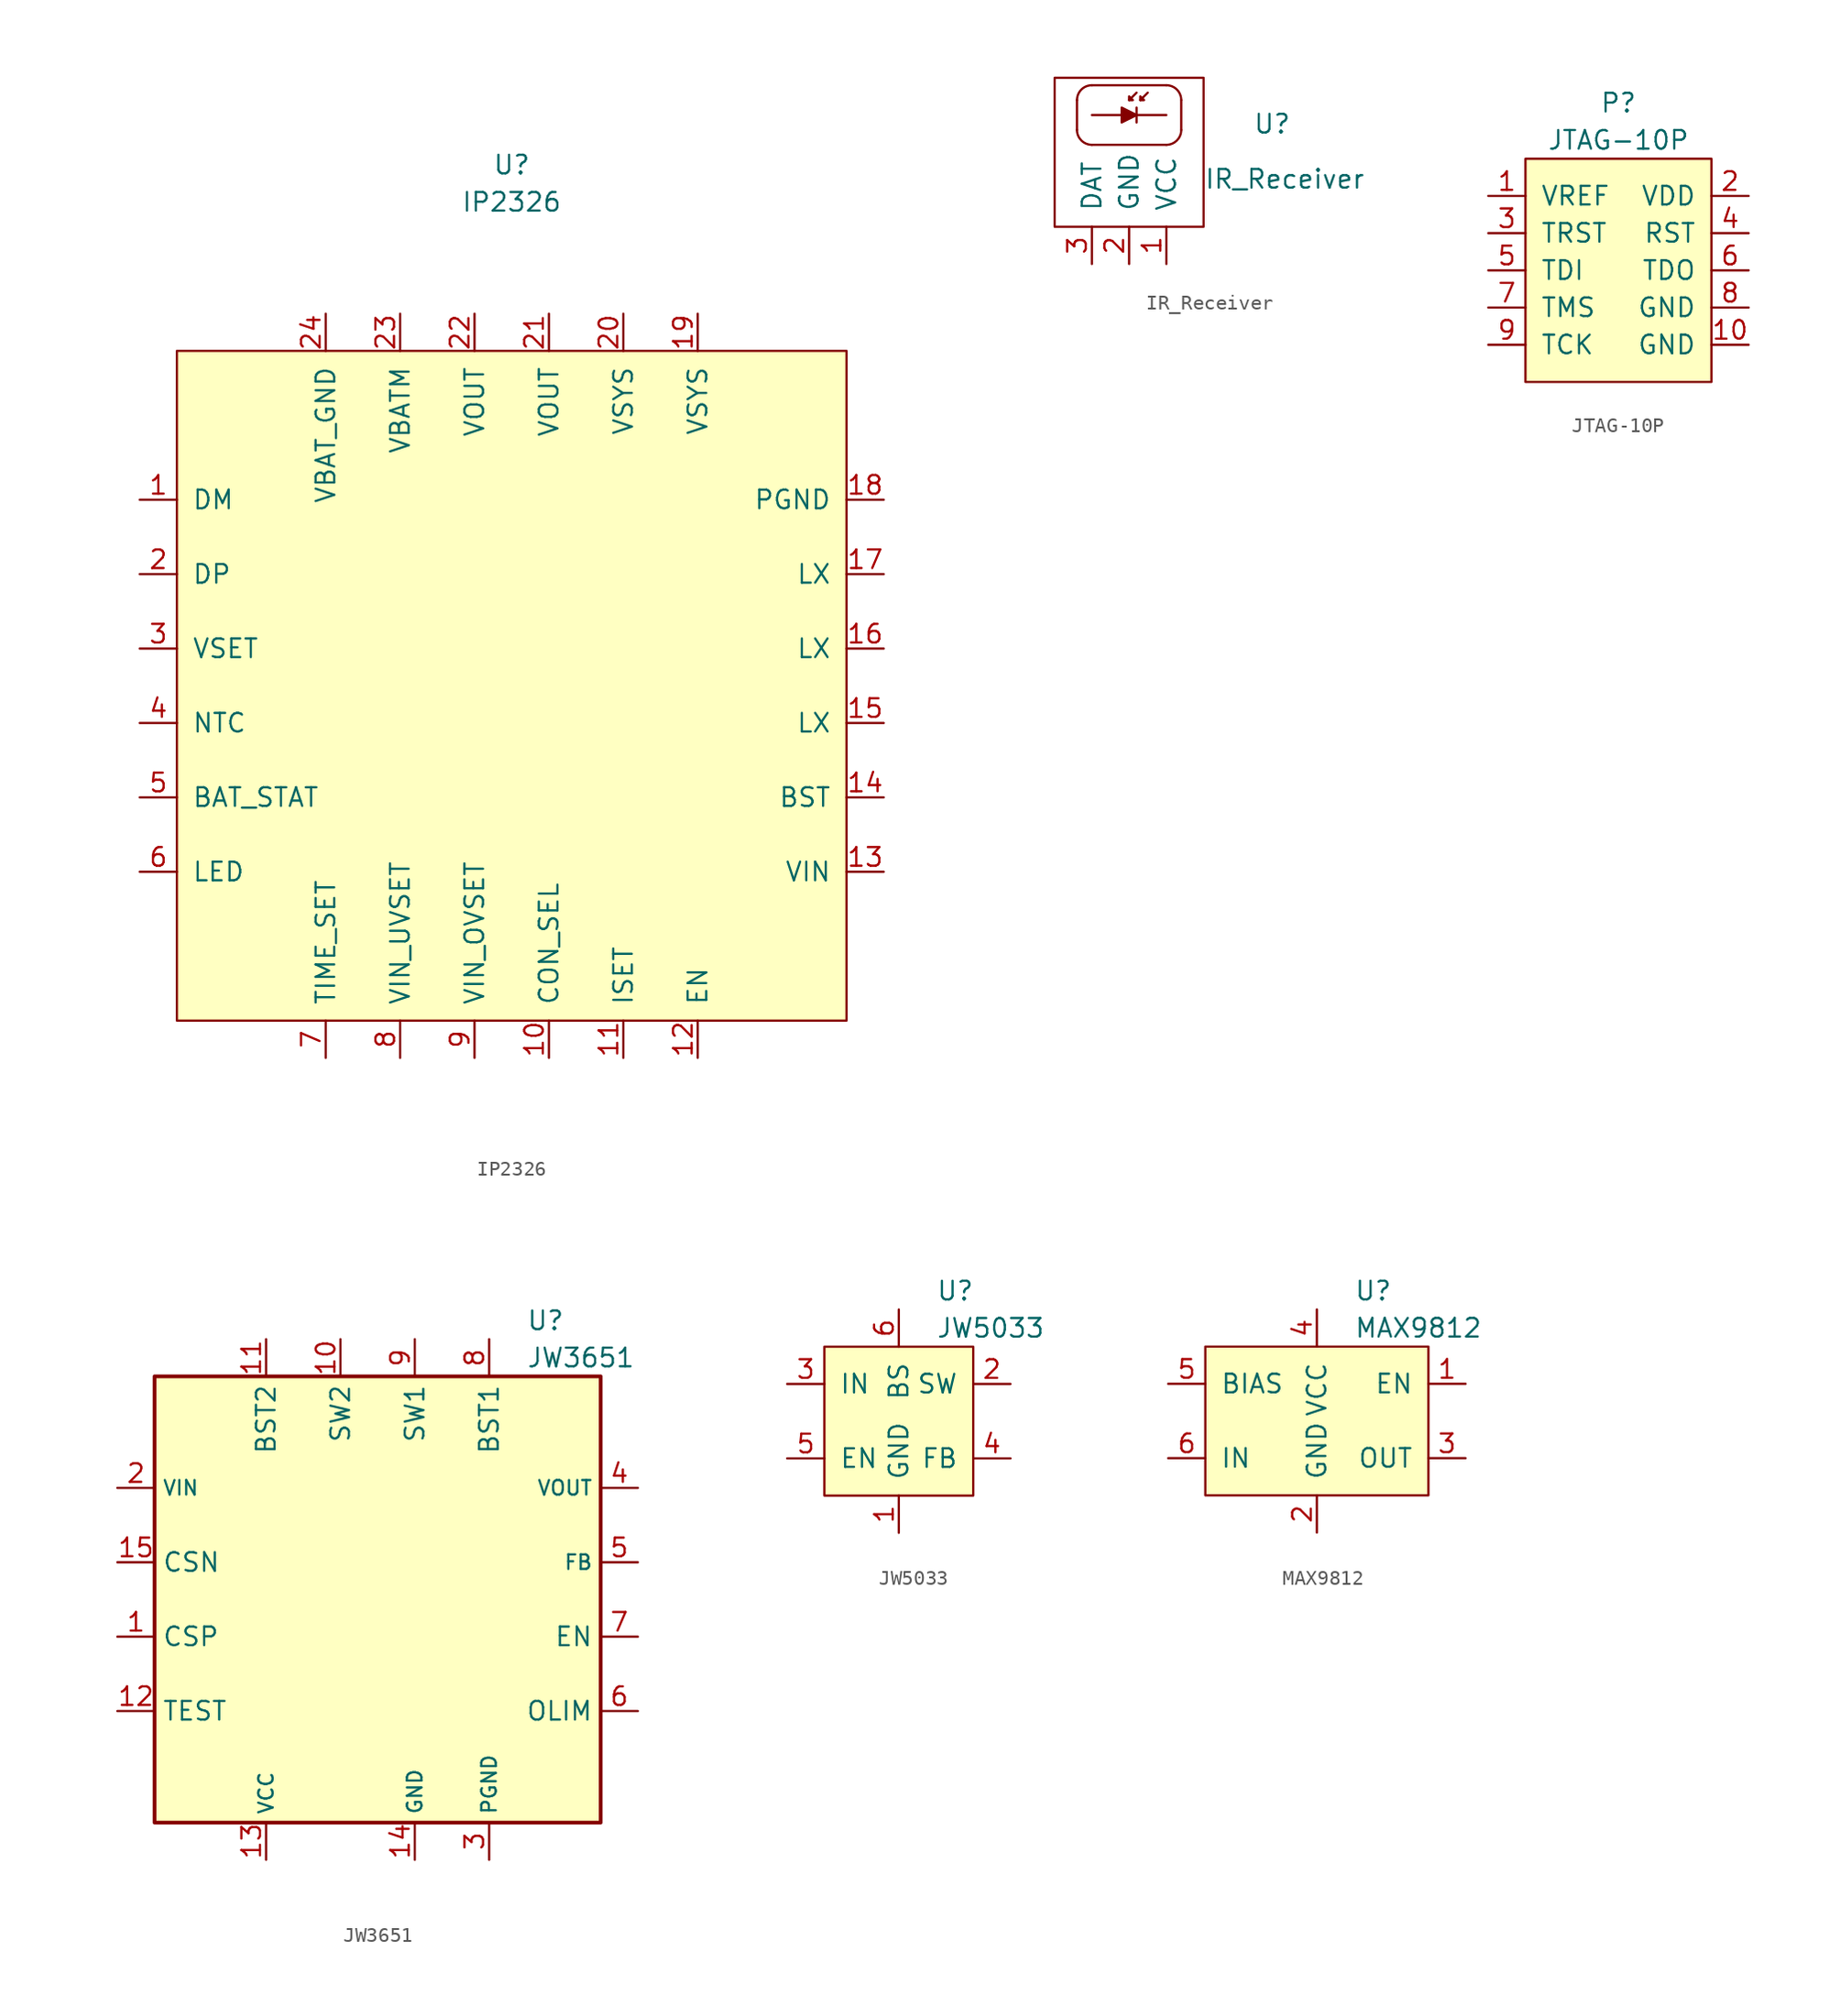
<source format=kicad_sym>
(kicad_symbol_lib
  (version 20220914)
  (generator kicad_symbol_editor)
  (symbol "IP2326"
    (pin_names
      (offset 1.016))
    (property "Reference" "U"
      (at 0 35.56 0)
      (effects (font (size 1.27 1.27))))
    (property "Value" "IP2326"
      (at 0 33.02 0)
      (effects (font (size 1.27 1.27))))
    (symbol "IP2326_0_1"
      (rectangle (start -22.86 22.86) (end 22.86 -22.86) (stroke (width 0) (type default)) (fill (type background))))
    (symbol "IP2326_1_1"
      (pin bidirectional line (at -25.4 12.7 0) (length 2.54) (name "DM" (effects (font (size 1.27 1.27)))) (number "1" (effects (font (size 1.27 1.27)))))
      (pin input line (at 2.54 -25.4 90) (length 2.54) (name "CON_SEL" (effects (font (size 1.27 1.27)))) (number "10" (effects (font (size 1.27 1.27)))))
      (pin input line (at 7.62 -25.4 90) (length 2.54) (name "ISET" (effects (font (size 1.27 1.27)))) (number "11" (effects (font (size 1.27 1.27)))))
      (pin input line (at 12.7 -25.4 90) (length 2.54) (name "EN" (effects (font (size 1.27 1.27)))) (number "12" (effects (font (size 1.27 1.27)))))
      (pin power_in line (at 25.4 -12.7 180) (length 2.54) (name "VIN" (effects (font (size 1.27 1.27)))) (number "13" (effects (font (size 1.27 1.27)))))
      (pin input line (at 25.4 -7.62 180) (length 2.54) (name "BST" (effects (font (size 1.27 1.27)))) (number "14" (effects (font (size 1.27 1.27)))))
      (pin power_out line (at 25.4 -2.54 180) (length 2.54) (name "LX" (effects (font (size 1.27 1.27)))) (number "15" (effects (font (size 1.27 1.27)))))
      (pin power_out line (at 25.4 2.54 180) (length 2.54) (name "LX" (effects (font (size 1.27 1.27)))) (number "16" (effects (font (size 1.27 1.27)))))
      (pin power_out line (at 25.4 7.62 180) (length 2.54) (name "LX" (effects (font (size 1.27 1.27)))) (number "17" (effects (font (size 1.27 1.27)))))
      (pin power_in line (at 25.4 12.7 180) (length 2.54) (name "PGND" (effects (font (size 1.27 1.27)))) (number "18" (effects (font (size 1.27 1.27)))))
      (pin power_in line (at 12.7 25.4 270) (length 2.54) (name "VSYS" (effects (font (size 1.27 1.27)))) (number "19" (effects (font (size 1.27 1.27)))))
      (pin bidirectional line (at -25.4 7.62 0) (length 2.54) (name "DP" (effects (font (size 1.27 1.27)))) (number "2" (effects (font (size 1.27 1.27)))))
      (pin power_in line (at 7.62 25.4 270) (length 2.54) (name "VSYS" (effects (font (size 1.27 1.27)))) (number "20" (effects (font (size 1.27 1.27)))))
      (pin power_out line (at 2.54 25.4 270) (length 2.54) (name "VOUT" (effects (font (size 1.27 1.27)))) (number "21" (effects (font (size 1.27 1.27)))))
      (pin power_out line (at -2.54 25.4 270) (length 2.54) (name "VOUT" (effects (font (size 1.27 1.27)))) (number "22" (effects (font (size 1.27 1.27)))))
      (pin input line (at -7.62 25.4 270) (length 2.54) (name "VBATM" (effects (font (size 1.27 1.27)))) (number "23" (effects (font (size 1.27 1.27)))))
      (pin passive line (at -12.7 25.4 270) (length 2.54) (name "VBAT_GND" (effects (font (size 1.27 1.27)))) (number "24" (effects (font (size 1.27 1.27)))))
      (pin power_in line (at 25.4 12.7 180) (length 2.54) hide (name "PGND" (effects (font (size 1.27 1.27)))) (number "25" (effects (font (size 1.27 1.27)))))
      (pin input line (at -25.4 2.54 0) (length 2.54) (name "VSET" (effects (font (size 1.27 1.27)))) (number "3" (effects (font (size 1.27 1.27)))))
      (pin input line (at -25.4 -2.54 0) (length 2.54) (name "NTC" (effects (font (size 1.27 1.27)))) (number "4" (effects (font (size 1.27 1.27)))))
      (pin output line (at -25.4 -7.62 0) (length 2.54) (name "BAT_STAT" (effects (font (size 1.27 1.27)))) (number "5" (effects (font (size 1.27 1.27)))))
      (pin output line (at -25.4 -12.7 0) (length 2.54) (name "LED" (effects (font (size 1.27 1.27)))) (number "6" (effects (font (size 1.27 1.27)))))
      (pin input line (at -12.7 -25.4 90) (length 2.54) (name "TIME_SET" (effects (font (size 1.27 1.27)))) (number "7" (effects (font (size 1.27 1.27)))))
      (pin input line (at -7.62 -25.4 90) (length 2.54) (name "VIN_UVSET" (effects (font (size 1.27 1.27)))) (number "8" (effects (font (size 1.27 1.27)))))
      (pin input line (at -2.54 -25.4 90) (length 2.54) (name "VIN_OVSET" (effects (font (size 1.27 1.27)))) (number "9" (effects (font (size 1.27 1.27)))))))
  (symbol "IR_Receiver"
    (pin_names
      (offset 1.016))
    (property "Reference" "U"
      (at 9.754 7.01 0)
      (effects (font (size 1.27 1.27))))
    (property "Value" "IR_Receiver"
      (at 10.617 3.251 0)
      (effects (font (size 1.27 1.27))))
    (symbol "IR_Receiver_0_1"
      (rectangle (start -5.08 10.16) (end 5.08 0) (stroke (width 0) (type default)) (fill (type none)))
      (arc (start -3.556 6.604) (mid -3.2584 5.8856) (end -2.54 5.588) (stroke (width 0) (type default)) (fill (type none)))
      (arc (start -2.54 9.652) (mid -3.2584 9.3544) (end -3.556 8.636) (stroke (width 0) (type default)) (fill (type none)))
      (polyline (pts (xy -3.556 8.636) (xy -3.556 6.604)) (stroke (width 0) (type default)) (fill (type none)))
      (polyline (pts (xy -2.54 7.62) (xy 2.54 7.62)) (stroke (width 0) (type default)) (fill (type none)))
      (polyline (pts (xy -2.54 9.652) (xy 2.54 9.652)) (stroke (width 0) (type default)) (fill (type none)))
      (polyline (pts (xy 0.508 8.128) (xy 0.508 7.112)) (stroke (width 0) (type default)) (fill (type none)))
      (polyline (pts (xy 0.508 9.144) (xy 0 8.636)) (stroke (width 0) (type default)) (fill (type none)))
      (polyline (pts (xy 1.27 9.144) (xy 0.762 8.636)) (stroke (width 0) (type default)) (fill (type none)))
      (polyline (pts (xy 2.54 5.588) (xy -2.54 5.588)) (stroke (width 0) (type default)) (fill (type none)))
      (polyline (pts (xy 3.556 8.636) (xy 3.556 6.604)) (stroke (width 0) (type default)) (fill (type none)))
      (polyline (pts (xy -0.508 8.128) (xy -0.508 7.112) (xy 0.508 7.62) (xy -0.508 8.128)) (stroke (width 0) (type default)) (fill (type outline)))
      (polyline (pts (xy 0 8.89) (xy 0.254 8.636) (xy 0 8.636) (xy 0 8.89)) (stroke (width 0) (type default)) (fill (type outline)))
      (polyline (pts (xy 0.762 8.89) (xy 0.762 8.636) (xy 1.016 8.636) (xy 0.762 8.89)) (stroke (width 0) (type default)) (fill (type outline)))
      (arc (start 2.54 5.588) (mid 3.2584 5.8856) (end 3.556 6.604) (stroke (width 0) (type default)) (fill (type none)))
      (arc (start 3.556 8.636) (mid 3.2584 9.3544) (end 2.54 9.652) (stroke (width 0) (type default)) (fill (type none))))
    (symbol "IR_Receiver_1_1"
      (pin power_in line (at 2.54 -2.54 90) (length 2.54) (name "VCC" (effects (font (size 1.27 1.27)))) (number "1" (effects (font (size 1.27 1.27)))))
      (pin power_in line (at 0 -2.54 90) (length 2.54) (name "GND" (effects (font (size 1.27 1.27)))) (number "2" (effects (font (size 1.27 1.27)))))
      (pin output line (at -2.54 -2.54 90) (length 2.54) (name "DAT" (effects (font (size 1.27 1.27)))) (number "3" (effects (font (size 1.27 1.27)))))))
  (symbol "JTAG-10P"
    (pin_names
      (offset 1.016))
    (property "Reference" "P"
      (at 3.81 10.16 0)
      (effects (font (size 1.27 1.27))))
    (property "Value" "JTAG-10P"
      (at 3.81 7.62 0)
      (effects (font (size 1.27 1.27))))
    (symbol "JTAG-10P_0_1"
      (rectangle (start -2.54 6.35) (end 10.16 -8.89) (stroke (width 0) (type default)) (fill (type background))))
    (symbol "JTAG-10P_1_1"
      (pin power_in line (at -5.08 3.81 0) (length 2.54) (name "VREF" (effects (font (size 1.27 1.27)))) (number "1" (effects (font (size 1.27 1.27)))))
      (pin power_in line (at 12.7 -6.35 180) (length 2.54) (name "GND" (effects (font (size 1.27 1.27)))) (number "10" (effects (font (size 1.27 1.27)))))
      (pin power_in line (at 12.7 3.81 180) (length 2.54) (name "VDD" (effects (font (size 1.27 1.27)))) (number "2" (effects (font (size 1.27 1.27)))))
      (pin input line (at -5.08 1.27 0) (length 2.54) (name "TRST" (effects (font (size 1.27 1.27)))) (number "3" (effects (font (size 1.27 1.27)))))
      (pin input line (at 12.7 1.27 180) (length 2.54) (name "RST" (effects (font (size 1.27 1.27)))) (number "4" (effects (font (size 1.27 1.27)))))
      (pin output line (at -5.08 -1.27 0) (length 2.54) (name "TDI" (effects (font (size 1.27 1.27)))) (number "5" (effects (font (size 1.27 1.27)))))
      (pin input line (at 12.7 -1.27 180) (length 2.54) (name "TDO" (effects (font (size 1.27 1.27)))) (number "6" (effects (font (size 1.27 1.27)))))
      (pin input line (at -5.08 -3.81 0) (length 2.54) (name "TMS" (effects (font (size 1.27 1.27)))) (number "7" (effects (font (size 1.27 1.27)))))
      (pin power_in line (at 12.7 -3.81 180) (length 2.54) (name "GND" (effects (font (size 1.27 1.27)))) (number "8" (effects (font (size 1.27 1.27)))))
      (pin input line (at -5.08 -6.35 0) (length 2.54) (name "TCK" (effects (font (size 1.27 1.27)))) (number "9" (effects (font (size 1.27 1.27)))))))
  (symbol "JW3651"
    (property "Reference" "U"
      (at 10.16 19.05 0)
      (effects (font (size 1.27 1.27)) (justify left)))
    (property "Value" "JW3651"
      (at 10.16 16.51 0)
      (effects (font (size 1.27 1.27)) (justify left)))
    (symbol "JW3651_0_1"
      (rectangle (start -15.24 15.24) (end 15.24 -15.24) (stroke (width 0.254) (type default)) (fill (type background))))
    (symbol "JW3651_1_1"
      (pin input line (at -17.78 -2.54 0) (length 2.54) (name "CSP" (effects (font (size 1.27 1.27)))) (number "1" (effects (font (size 1.27 1.27)))))
      (pin power_out line (at -2.54 17.78 270) (length 2.54) (name "SW2" (effects (font (size 1.27 1.27)))) (number "10" (effects (font (size 1.27 1.27)))))
      (pin input line (at -7.62 17.78 270) (length 2.54) (name "BST2" (effects (font (size 1.27 1.27)))) (number "11" (effects (font (size 1.27 1.27)))))
      (pin input line (at -17.78 -7.62 0) (length 2.54) (name "TEST" (effects (font (size 1.27 1.27)))) (number "12" (effects (font (size 1.27 1.27)))))
      (pin power_in line (at -7.62 -17.78 90) (length 2.54) (name "VCC" (effects (font (size 0.991 0.991)))) (number "13" (effects (font (size 1.27 1.27)))))
      (pin power_in line (at 2.54 -17.78 90) (length 2.54) (name "GND" (effects (font (size 0.991 0.991)))) (number "14" (effects (font (size 1.27 1.27)))))
      (pin input line (at -17.78 2.54 0) (length 2.54) (name "CSN" (effects (font (size 1.27 1.27)))) (number "15" (effects (font (size 1.27 1.27)))))
      (pin power_in line (at -17.78 7.62 0) (length 2.54) (name "VIN" (effects (font (size 0.991 0.991)))) (number "2" (effects (font (size 1.27 1.27)))))
      (pin power_in line (at 7.62 -17.78 90) (length 2.54) (name "PGND" (effects (font (size 0.991 0.991)))) (number "3" (effects (font (size 1.27 1.27)))))
      (pin power_out line (at 17.78 7.62 180) (length 2.54) (name "VOUT" (effects (font (size 0.991 0.991)))) (number "4" (effects (font (size 1.27 1.27)))))
      (pin input line (at 17.78 2.54 180) (length 2.54) (name "FB" (effects (font (size 0.991 0.991)))) (number "5" (effects (font (size 1.27 1.27)))))
      (pin input line (at 17.78 -7.62 180) (length 2.54) (name "OLIM" (effects (font (size 1.27 1.27)))) (number "6" (effects (font (size 1.27 1.27)))))
      (pin input line (at 17.78 -2.54 180) (length 2.54) (name "EN" (effects (font (size 1.27 1.27)))) (number "7" (effects (font (size 1.27 1.27)))))
      (pin input line (at 7.62 17.78 270) (length 2.54) (name "BST1" (effects (font (size 1.27 1.27)))) (number "8" (effects (font (size 1.27 1.27)))))
      (pin power_out line (at 2.54 17.78 270) (length 2.54) (name "SW1" (effects (font (size 1.27 1.27)))) (number "9" (effects (font (size 1.27 1.27)))))))
  (symbol "JW5033"
    (pin_names
      (offset 1.016))
    (property "Reference" "U"
      (at 2.54 8.89 0)
      (effects (font (size 1.27 1.27)) (justify left)))
    (property "Value" "JW5033"
      (at 2.54 6.35 0)
      (effects (font (size 1.27 1.27)) (justify left)))
    (symbol "JW5033_0_1"
      (rectangle (start -5.08 5.08) (end 5.08 -5.08) (stroke (width 0) (type default)) (fill (type background))))
    (symbol "JW5033_1_1"
      (pin power_in line (at 0 -7.62 90) (length 2.54) (name "GND" (effects (font (size 1.27 1.27)))) (number "1" (effects (font (size 1.27 1.27)))))
      (pin power_out line (at 7.62 2.54 180) (length 2.54) (name "SW" (effects (font (size 1.27 1.27)))) (number "2" (effects (font (size 1.27 1.27)))))
      (pin power_in line (at -7.62 2.54 0) (length 2.54) (name "IN" (effects (font (size 1.27 1.27)))) (number "3" (effects (font (size 1.27 1.27)))))
      (pin input line (at 7.62 -2.54 180) (length 2.54) (name "FB" (effects (font (size 1.27 1.27)))) (number "4" (effects (font (size 1.27 1.27)))))
      (pin input line (at -7.62 -2.54 0) (length 2.54) (name "EN" (effects (font (size 1.27 1.27)))) (number "5" (effects (font (size 1.27 1.27)))))
      (pin input line (at 0 7.62 270) (length 2.54) (name "BS" (effects (font (size 1.27 1.27)))) (number "6" (effects (font (size 1.27 1.27)))))))
  (symbol "MAX9812"
    (pin_names
      (offset 1.016))
    (property "Reference" "U"
      (at 2.54 8.89 0)
      (effects (font (size 1.27 1.27)) (justify left)))
    (property "Value" "MAX9812"
      (at 2.54 6.35 0)
      (effects (font (size 1.27 1.27)) (justify left)))
    (symbol "MAX9812_0_1"
      (rectangle (start -7.62 5.08) (end 7.62 -5.08) (stroke (width 0) (type default)) (fill (type background))))
    (symbol "MAX9812_1_1"
      (pin input line (at 10.16 2.54 180) (length 2.54) (name "EN" (effects (font (size 1.27 1.27)))) (number "1" (effects (font (size 1.27 1.27)))))
      (pin power_in line (at 0 -7.62 90) (length 2.54) (name "GND" (effects (font (size 1.27 1.27)))) (number "2" (effects (font (size 1.27 1.27)))))
      (pin output line (at 10.16 -2.54 180) (length 2.54) (name "OUT" (effects (font (size 1.27 1.27)))) (number "3" (effects (font (size 1.27 1.27)))))
      (pin power_in line (at 0 7.62 270) (length 2.54) (name "VCC" (effects (font (size 1.27 1.27)))) (number "4" (effects (font (size 1.27 1.27)))))
      (pin output line (at -10.16 2.54 0) (length 2.54) (name "BIAS" (effects (font (size 1.27 1.27)))) (number "5" (effects (font (size 1.27 1.27)))))
      (pin input line (at -10.16 -2.54 0) (length 2.54) (name "IN" (effects (font (size 1.27 1.27)))) (number "6" (effects (font (size 1.27 1.27))))))))
</source>
